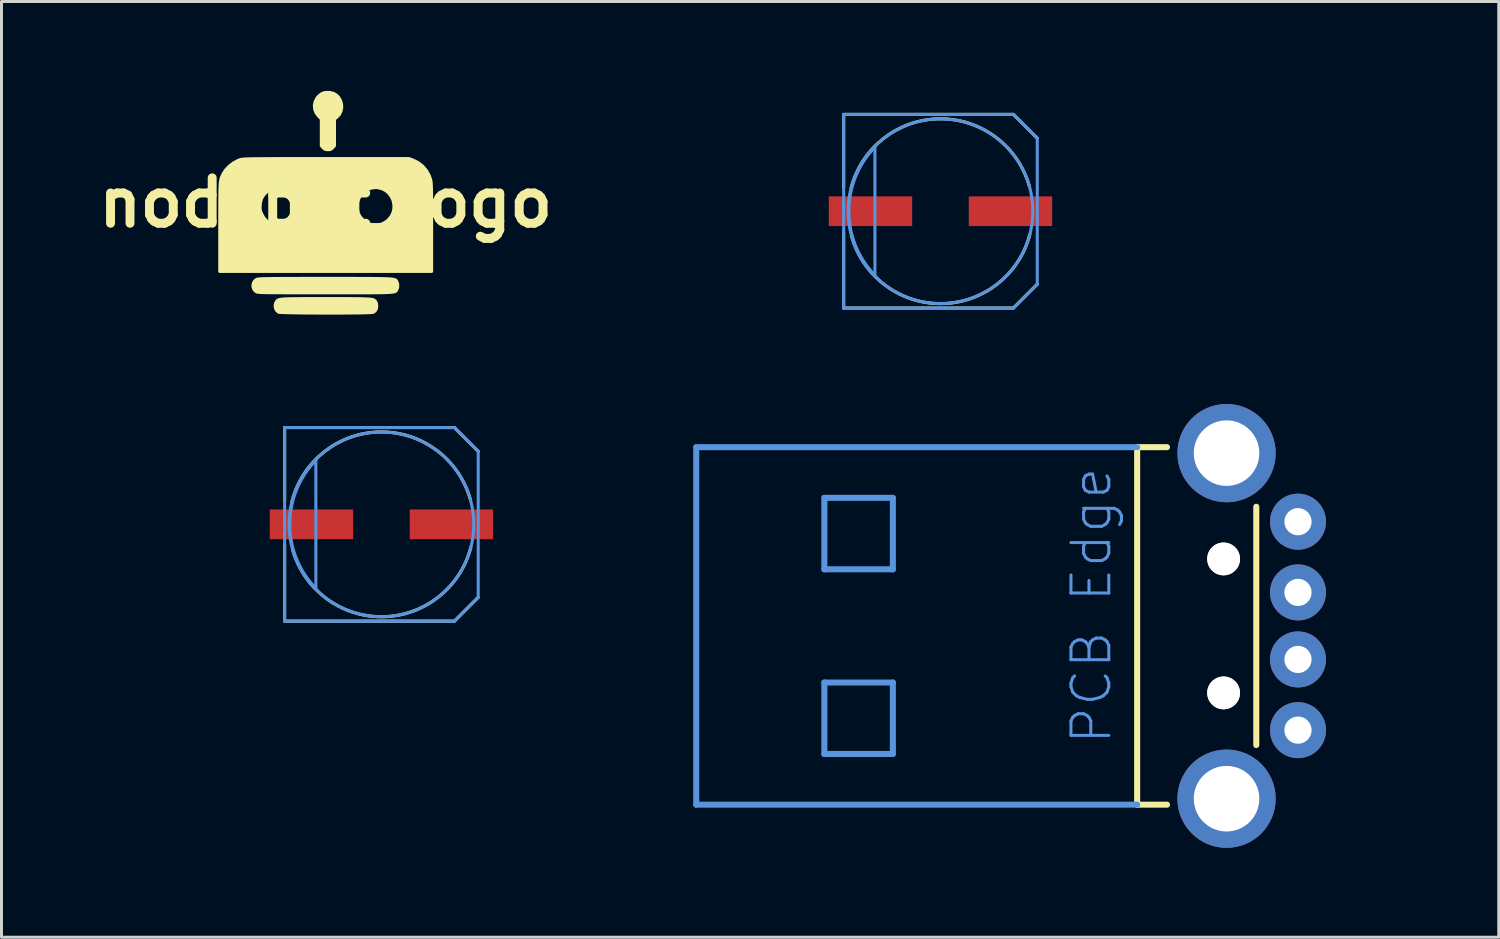
<source format=kicad_pcb>
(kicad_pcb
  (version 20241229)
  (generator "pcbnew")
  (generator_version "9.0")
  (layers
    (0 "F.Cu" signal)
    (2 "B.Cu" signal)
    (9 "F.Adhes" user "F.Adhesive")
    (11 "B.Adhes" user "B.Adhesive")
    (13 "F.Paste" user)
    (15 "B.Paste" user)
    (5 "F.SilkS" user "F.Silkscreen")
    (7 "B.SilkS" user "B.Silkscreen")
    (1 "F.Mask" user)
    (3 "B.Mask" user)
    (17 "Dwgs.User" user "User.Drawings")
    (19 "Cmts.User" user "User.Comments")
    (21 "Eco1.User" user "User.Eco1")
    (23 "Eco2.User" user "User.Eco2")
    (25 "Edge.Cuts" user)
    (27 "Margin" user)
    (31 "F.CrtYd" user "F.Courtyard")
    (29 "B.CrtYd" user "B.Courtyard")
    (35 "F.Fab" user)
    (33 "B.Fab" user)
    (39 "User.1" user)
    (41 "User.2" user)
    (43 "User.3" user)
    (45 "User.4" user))
  (footprint "nodebot_logo"
    (layer "F.Cu")
    (at 7.881 3.753)
    (property "Reference" "nodebot_logo" (at 0 0 0) (layer "F.SilkS") (effects (font (size 1.524 1.524) (thickness 0.3))))
    (attr through_hole)
    (fp_poly (pts (xy 0.539 -3.186) (xy 0.514 -3.068) (xy 0.459 -2.958) (xy 0.371 -2.864) (xy 0.37 -2.864) (xy 0.296 -2.805) (xy 0.296 -2.357) (xy 0.296 -1.909) (xy 0.235 -1.844) (xy 0.187 -1.801) (xy 0.138 -1.782) (xy 0.074 -1.778) (xy 0.005 -1.783) (xy -0.043 -1.804) (xy -0.087 -1.844) (xy -0.148 -1.909) (xy -0.148 -2.36) (xy -0.148 -2.81) (xy -0.241 -2.902) (xy -0.324 -3.013) (xy -0.371 -3.137) (xy -0.381 -3.267) (xy -0.355 -3.395) (xy -0.294 -3.514) (xy -0.218 -3.598) (xy -0.137 -3.658) (xy -0.054 -3.692) (xy 0.044 -3.703) (xy 0.139 -3.7) (xy 0.262 -3.671) (xy 0.364 -3.61) (xy 0.445 -3.525) (xy 0.502 -3.421) (xy 0.534 -3.306) (xy 0.539 -3.186)) (stroke (width 0.1) (type solid)) (fill yes) (layer "F.SilkS"))
    (fp_poly (pts (xy 1.714 3.471) (xy 1.704 3.551) (xy 1.677 3.612) (xy 1.677 3.612) (xy 1.631 3.656) (xy 1.594 3.681) (xy 1.563 3.685) (xy 1.495 3.69) (xy 1.392 3.694) (xy 1.259 3.697) (xy 1.1 3.7) (xy 0.92 3.702) (xy 0.722 3.704) (xy 0.511 3.705) (xy 0.291 3.705) (xy 0.065 3.705) (xy -0.162 3.705) (xy -0.385 3.704) (xy -0.602 3.703) (xy -0.807 3.701) (xy -0.997 3.698) (xy -1.167 3.695) (xy -1.314 3.692) (xy -1.433 3.688) (xy -1.52 3.684) (xy -1.571 3.679) (xy -1.582 3.676) (xy -1.648 3.617) (xy -1.688 3.536) (xy -1.698 3.445) (xy -1.676 3.357) (xy -1.662 3.332) (xy -1.648 3.311) (xy -1.634 3.292) (xy -1.616 3.276) (xy -1.591 3.263) (xy -1.558 3.252) (xy -1.512 3.242) (xy -1.451 3.235) (xy -1.373 3.229) (xy -1.273 3.225) (xy -1.149 3.222) (xy -0.998 3.22) (xy -0.818 3.218) (xy -0.604 3.218) (xy -0.355 3.217) (xy -0.068 3.217) (xy 0.011 3.217) (xy 0.308 3.217) (xy 0.566 3.218) (xy 0.788 3.218) (xy 0.976 3.219) (xy 1.133 3.221) (xy 1.263 3.224) (xy 1.368 3.228) (xy 1.452 3.233) (xy 1.517 3.24) (xy 1.566 3.248) (xy 1.602 3.258) (xy 1.629 3.271) (xy 1.648 3.286) (xy 1.663 3.303) (xy 1.678 3.322) (xy 1.68 3.326) (xy 1.706 3.39) (xy 1.714 3.471)) (stroke (width 0.1) (type solid)) (fill yes) (layer "F.SilkS"))
    (fp_poly (pts (xy 2.418 2.743) (xy 2.416 2.838) (xy 2.392 2.911) (xy 2.382 2.929) (xy 2.374 2.945) (xy 2.363 2.959) (xy 2.349 2.972) (xy 2.328 2.983) (xy 2.298 2.992) (xy 2.257 3) (xy 2.202 3.006) (xy 2.131 3.012) (xy 2.041 3.016) (xy 1.931 3.02) (xy 1.798 3.022) (xy 1.639 3.024) (xy 1.452 3.025) (xy 1.235 3.026) (xy 0.986 3.026) (xy 0.701 3.026) (xy 0.379 3.026) (xy 0.017 3.026) (xy -0.015 3.026) (xy -0.375 3.026) (xy -0.695 3.026) (xy -0.978 3.026) (xy -1.226 3.025) (xy -1.44 3.024) (xy -1.625 3.023) (xy -1.781 3.022) (xy -1.912 3.021) (xy -2.02 3.019) (xy -2.107 3.016) (xy -2.176 3.014) (xy -2.229 3.01) (xy -2.268 3.007) (xy -2.297 3.003) (xy -2.316 2.998) (xy -2.329 2.992) (xy -2.332 2.99) (xy -2.4 2.927) (xy -2.436 2.847) (xy -2.443 2.76) (xy -2.42 2.676) (xy -2.368 2.606) (xy -2.317 2.573) (xy -2.302 2.567) (xy -2.28 2.563) (xy -2.247 2.559) (xy -2.202 2.555) (xy -2.143 2.552) (xy -2.066 2.549) (xy -1.97 2.547) (xy -1.851 2.545) (xy -1.709 2.544) (xy -1.539 2.542) (xy -1.341 2.542) (xy -1.111 2.541) (xy -0.847 2.54) (xy -0.547 2.54) (xy -0.208 2.54) (xy -0.011 2.54) (xy 0.354 2.54) (xy 0.679 2.54) (xy 0.966 2.54) (xy 1.219 2.541) (xy 1.438 2.541) (xy 1.627 2.543) (xy 1.787 2.545) (xy 1.923 2.547) (xy 2.034 2.551) (xy 2.125 2.555) (xy 2.197 2.561) (xy 2.254 2.568) (xy 2.296 2.576) (xy 2.327 2.585) (xy 2.349 2.596) (xy 2.364 2.609) (xy 2.375 2.624) (xy 2.384 2.64) (xy 2.393 2.659) (xy 2.418 2.743)) (stroke (width 0.1) (type solid)) (fill yes) (layer "F.SilkS"))
    (fp_poly (pts (xy 3.556 2.307) (xy 2.288 2.307) (xy 2.288 0.198) (xy 2.288 0.058) (xy 2.259 -0.077) (xy 2.201 -0.203) (xy 2.119 -0.315) (xy 2.013 -0.405) (xy 1.886 -0.47) (xy 1.74 -0.504) (xy 1.672 -0.508) (xy 1.518 -0.488) (xy 1.38 -0.434) (xy 1.262 -0.349) (xy 1.168 -0.24) (xy 1.1 -0.11) (xy 1.062 0.033) (xy 1.058 0.187) (xy 1.092 0.344) (xy 1.092 0.347) (xy 1.151 0.461) (xy 1.24 0.568) (xy 1.351 0.657) (xy 1.45 0.709) (xy 1.584 0.751) (xy 1.707 0.758) (xy 1.836 0.731) (xy 1.876 0.717) (xy 1.963 0.675) (xy 2.05 0.618) (xy 2.09 0.585) (xy 2.192 0.467) (xy 2.257 0.336) (xy 2.288 0.198) (xy 2.288 2.307) (xy 0 2.307) (xy -0.968 2.307) (xy -0.968 0.066) (xy -1.001 -0.084) (xy -1.02 -0.129) (xy -1.086 -0.25) (xy -1.163 -0.341) (xy -1.261 -0.413) (xy -1.317 -0.443) (xy -1.467 -0.497) (xy -1.62 -0.509) (xy -1.768 -0.482) (xy -1.908 -0.415) (xy -2.018 -0.326) (xy -2.104 -0.224) (xy -2.159 -0.118) (xy -2.189 0.005) (xy -2.197 0.088) (xy -2.2 0.178) (xy -2.195 0.245) (xy -2.178 0.306) (xy -2.15 0.373) (xy -2.073 0.51) (xy -1.978 0.613) (xy -1.857 0.689) (xy -1.746 0.734) (xy -1.639 0.753) (xy -1.516 0.75) (xy -1.397 0.726) (xy -1.328 0.699) (xy -1.193 0.608) (xy -1.087 0.493) (xy -1.013 0.36) (xy -0.972 0.216) (xy -0.968 0.066) (xy -0.968 2.307) (xy -3.556 2.307) (xy -3.556 0.818) (xy -3.556 0.524) (xy -3.556 0.27) (xy -3.556 0.051) (xy -3.555 -0.136) (xy -3.553 -0.293) (xy -3.55 -0.424) (xy -3.546 -0.532) (xy -3.541 -0.62) (xy -3.534 -0.692) (xy -3.525 -0.751) (xy -3.514 -0.801) (xy -3.501 -0.843) (xy -3.485 -0.882) (xy -3.466 -0.922) (xy -3.445 -0.964) (xy -3.432 -0.989) (xy -3.349 -1.113) (xy -3.235 -1.231) (xy -3.098 -1.334) (xy -2.95 -1.415) (xy -2.883 -1.442) (xy -2.865 -1.447) (xy -2.845 -1.452) (xy -2.82 -1.457) (xy -2.789 -1.461) (xy -2.749 -1.465) (xy -2.698 -1.468) (xy -2.633 -1.471) (xy -2.553 -1.473) (xy -2.455 -1.475) (xy -2.338 -1.477) (xy -2.198 -1.478) (xy -2.033 -1.479) (xy -1.842 -1.48) (xy -1.623 -1.481) (xy -1.372 -1.481) (xy -1.087 -1.481) (xy -0.768 -1.482) (xy -0.41 -1.482) (xy -0.013 -1.482) (xy 0.013 -1.482) (xy 2.792 -1.482) (xy 2.93 -1.431) (xy 3.103 -1.347) (xy 3.255 -1.228) (xy 3.381 -1.081) (xy 3.475 -0.911) (xy 3.513 -0.805) (xy 3.522 -0.776) (xy 3.529 -0.746) (xy 3.535 -0.712) (xy 3.54 -0.671) (xy 3.544 -0.619) (xy 3.547 -0.553) (xy 3.55 -0.47) (xy 3.552 -0.368) (xy 3.554 -0.241) (xy 3.555 -0.089) (xy 3.555 0.094) (xy 3.556 0.31) (xy 3.556 0.562) (xy 3.556 0.822) (xy 3.556 2.307)) (stroke (width 0.1) (type solid)) (fill yes) (layer "F.SilkS")))
  (footprint "UD-6,3X7,7_NICHICON"
    (layer "F.Cu")
    (at 9.751 14.548)
    (property "Reference" "UD-6,3X7,7_NICHICON" (at -1.143 -3.302 0) (layer "Eco1.User") (effects (font (size 1.016 1.016) (thickness 0.081))))
    (attr through_hole)
    (fp_line (start -3.249 -3.249) (end 2.449 -3.249) (stroke (width 0.102) (type solid)) (layer "F.SilkS"))
    (fp_line (start -3.249 -0.798) (end -3.249 -3.249) (stroke (width 0.102) (type solid)) (layer "F.SilkS"))
    (fp_line (start -3.249 3.249) (end -3.249 0.699) (stroke (width 0.102) (type solid)) (layer "F.SilkS"))
    (fp_line (start 2.449 -3.249) (end 3.249 -2.449) (stroke (width 0.102) (type solid)) (layer "F.SilkS"))
    (fp_line (start 2.449 3.249) (end -3.249 3.249) (stroke (width 0.102) (type solid)) (layer "F.SilkS"))
    (fp_line (start 3.249 2.449) (end 2.449 3.249) (stroke (width 0.102) (type solid)) (layer "F.SilkS"))
    (fp_arc (start -2.99974 -0.7747) (mid -0.041101 -3.101702) (end 2.978257 -0.854045) (stroke (width 0.1016) (type solid)) (layer "F.SilkS"))
    (fp_arc (start 2.99974 0.7747) (mid 0.041101 3.101702) (end -2.978257 0.854045) (stroke (width 0.1016) (type solid)) (layer "F.SilkS"))
    (fp_line (start -3.249 -3.249) (end 2.449 -3.249) (stroke (width 0.102) (type solid)) (layer "Cmts.User"))
    (fp_line (start -3.249 3.249) (end -3.249 -3.249) (stroke (width 0.102) (type solid)) (layer "Cmts.User"))
    (fp_line (start -2.2 2.149) (end -2.2 -2.149) (stroke (width 0.102) (type solid)) (layer "Cmts.User"))
    (fp_line (start 2.449 -3.249) (end 3.249 -2.449) (stroke (width 0.102) (type solid)) (layer "Cmts.User"))
    (fp_line (start 2.449 3.249) (end -3.249 3.249) (stroke (width 0.102) (type solid)) (layer "Cmts.User"))
    (fp_line (start 3.249 -2.449) (end 3.249 2.449) (stroke (width 0.102) (type solid)) (layer "Cmts.User"))
    (fp_line (start 3.249 2.449) (end 2.449 3.249) (stroke (width 0.102) (type solid)) (layer "Cmts.User"))
    (fp_arc (start -2.20321 2.145175) (mid -3.074326 -0.002558) (end -2.19964 -2.14884) (stroke (width 0.1016) (type solid)) (layer "Cmts.User"))
    (fp_circle (center 0 0) (end 3.099 0) (stroke (width 0.102) (type solid)) (fill no) (layer "Cmts.User"))
    (pad "+" smd rect (at 2.349 0) (size 2.799 0.998) (layers "F.Cu" "F.Mask" "F.Paste"))
    (pad "-" smd rect (at -2.349 0) (size 2.799 0.998) (layers "F.Cu" "F.Mask" "F.Paste")))
  (footprint "UD-6,3X5,8_NICHICON"
    (layer "F.Cu")
    (at 28.514 4.039)
    (property "Reference" "UD-6,3X5,8_NICHICON" (at -1.143 -3.302 0) (layer "Eco1.User") (effects (font (size 1.016 1.016) (thickness 0.081))))
    (attr through_hole)
    (fp_line (start -3.249 -3.249) (end 2.449 -3.249) (stroke (width 0.102) (type solid)) (layer "F.SilkS"))
    (fp_line (start -3.249 -0.798) (end -3.249 -3.249) (stroke (width 0.102) (type solid)) (layer "F.SilkS"))
    (fp_line (start -3.249 3.249) (end -3.249 0.699) (stroke (width 0.102) (type solid)) (layer "F.SilkS"))
    (fp_line (start 2.449 -3.249) (end 3.249 -2.449) (stroke (width 0.102) (type solid)) (layer "F.SilkS"))
    (fp_line (start 2.449 3.249) (end -3.249 3.249) (stroke (width 0.102) (type solid)) (layer "F.SilkS"))
    (fp_line (start 3.249 2.449) (end 2.449 3.249) (stroke (width 0.102) (type solid)) (layer "F.SilkS"))
    (fp_arc (start -2.99974 -0.7747) (mid -0.041101 -3.101702) (end 2.978257 -0.854045) (stroke (width 0.1016) (type solid)) (layer "F.SilkS"))
    (fp_arc (start 2.99974 0.7747) (mid 0.041101 3.101702) (end -2.978257 0.854045) (stroke (width 0.1016) (type solid)) (layer "F.SilkS"))
    (fp_line (start -3.249 -3.249) (end 2.449 -3.249) (stroke (width 0.102) (type solid)) (layer "Cmts.User"))
    (fp_line (start -3.249 3.249) (end -3.249 -3.249) (stroke (width 0.102) (type solid)) (layer "Cmts.User"))
    (fp_line (start -2.2 2.149) (end -2.2 -2.149) (stroke (width 0.102) (type solid)) (layer "Cmts.User"))
    (fp_line (start 2.449 -3.249) (end 3.249 -2.449) (stroke (width 0.102) (type solid)) (layer "Cmts.User"))
    (fp_line (start 2.449 3.249) (end -3.249 3.249) (stroke (width 0.102) (type solid)) (layer "Cmts.User"))
    (fp_line (start 3.249 -2.449) (end 3.249 2.449) (stroke (width 0.102) (type solid)) (layer "Cmts.User"))
    (fp_line (start 3.249 2.449) (end 2.449 3.249) (stroke (width 0.102) (type solid)) (layer "Cmts.User"))
    (fp_arc (start -2.20321 2.145175) (mid -3.074326 -0.002558) (end -2.19964 -2.14884) (stroke (width 0.1016) (type solid)) (layer "Cmts.User"))
    (fp_circle (center 0 0) (end 3.099 0) (stroke (width 0.102) (type solid)) (fill no) (layer "Cmts.User"))
    (pad "+" smd rect (at 2.349 0) (size 2.799 0.998) (layers "F.Cu" "F.Mask" "F.Paste"))
    (pad "-" smd rect (at -2.349 0) (size 2.799 0.998) (layers "F.Cu" "F.Mask" "F.Paste")))
  (footprint "USB-A-H"
    (layer "F.Cu")
    (at 38.115 17.957)
    (property "Reference" "USB-A-H" (at 5.215 -1.113 90) (layer "Eco1.User") (effects (font (size 1.27 1.27) (thickness 0.102))))
    (attr through_hole)
    (fp_line (start -3 -5.999) (end -3 5.999) (stroke (width 0.203) (type solid)) (layer "F.SilkS"))
    (fp_line (start -3 -5.999) (end -1.999 -5.999) (stroke (width 0.203) (type solid)) (layer "F.SilkS"))
    (fp_line (start -3 5.999) (end -1.999 5.999) (stroke (width 0.203) (type solid)) (layer "F.SilkS"))
    (fp_line (start 0.998 3.998) (end 0.998 -3.998) (stroke (width 0.203) (type solid)) (layer "F.SilkS"))
    (fp_line (start -17.798 -5.999) (end -17.798 5.999) (stroke (width 0.203) (type solid)) (layer "Cmts.User"))
    (fp_line (start -13.498 -4.298) (end -13.498 -1.9) (stroke (width 0.203) (type solid)) (layer "Cmts.User"))
    (fp_line (start -13.498 -1.9) (end -11.199 -1.9) (stroke (width 0.203) (type solid)) (layer "Cmts.User"))
    (fp_line (start -13.498 1.9) (end -13.498 4.298) (stroke (width 0.203) (type solid)) (layer "Cmts.User"))
    (fp_line (start -13.498 4.298) (end -11.199 4.298) (stroke (width 0.203) (type solid)) (layer "Cmts.User"))
    (fp_line (start -11.199 -4.298) (end -13.498 -4.298) (stroke (width 0.203) (type solid)) (layer "Cmts.User"))
    (fp_line (start -11.199 -1.9) (end -11.199 -4.298) (stroke (width 0.203) (type solid)) (layer "Cmts.User"))
    (fp_line (start -11.199 1.9) (end -13.498 1.9) (stroke (width 0.203) (type solid)) (layer "Cmts.User"))
    (fp_line (start -11.199 4.298) (end -11.199 1.9) (stroke (width 0.203) (type solid)) (layer "Cmts.User"))
    (fp_line (start -3 -5.999) (end -17.798 -5.999) (stroke (width 0.203) (type solid)) (layer "Cmts.User"))
    (fp_line (start -3 5.999) (end -17.798 5.999) (stroke (width 0.203) (type solid)) (layer "Cmts.User"))
    (fp_text user "PCB Edge" (at -4.534 -0.681 90) (layer "Cmts.User") (effects (font (size 1.27 1.27) (thickness 0.102))))
    (pad "" np_thru_hole circle (at -0.099 -2.248) (size 1.1 1.1) (drill 1.1) (layers "*.Cu" "*.Mask" "F.SilkS"))
    (pad "" np_thru_hole circle (at -0.099 2.248) (size 1.1 1.1) (drill 1.1) (layers "*.Cu" "*.Mask" "F.SilkS"))
    (pad "D+" thru_hole oval (at 2.398 -1.125 270) (size 1.88 1.88) (drill 0.914) (layers "*.Cu" "*.Mask"))
    (pad "D-" thru_hole oval (at 2.398 1.125 270) (size 1.88 1.88) (drill 0.914) (layers "*.Cu" "*.Mask"))
    (pad "GND" thru_hole oval (at 2.398 -3.498 270) (size 1.88 1.88) (drill 0.914) (layers "*.Cu" "*.Mask"))
    (pad "GND2" thru_hole oval (at 0 5.799 270) (size 3.299 3.299) (drill 2.2) (layers "*.Cu" "*.Mask"))
    (pad "GND3" thru_hole oval (at 0 -5.799 270) (size 3.299 3.299) (drill 2.2) (layers "*.Cu" "*.Mask"))
    (pad "VBUS" thru_hole oval (at 2.398 3.498 270) (size 1.88 1.88) (drill 0.914) (layers "*.Cu" "*.Mask")))
  (gr_rect
    (start -3 -3)
    (end 47.251 28.406)
    (stroke (width 0.1) (type default))
    (fill no)
    (layer "Edge.Cuts")))
</source>
